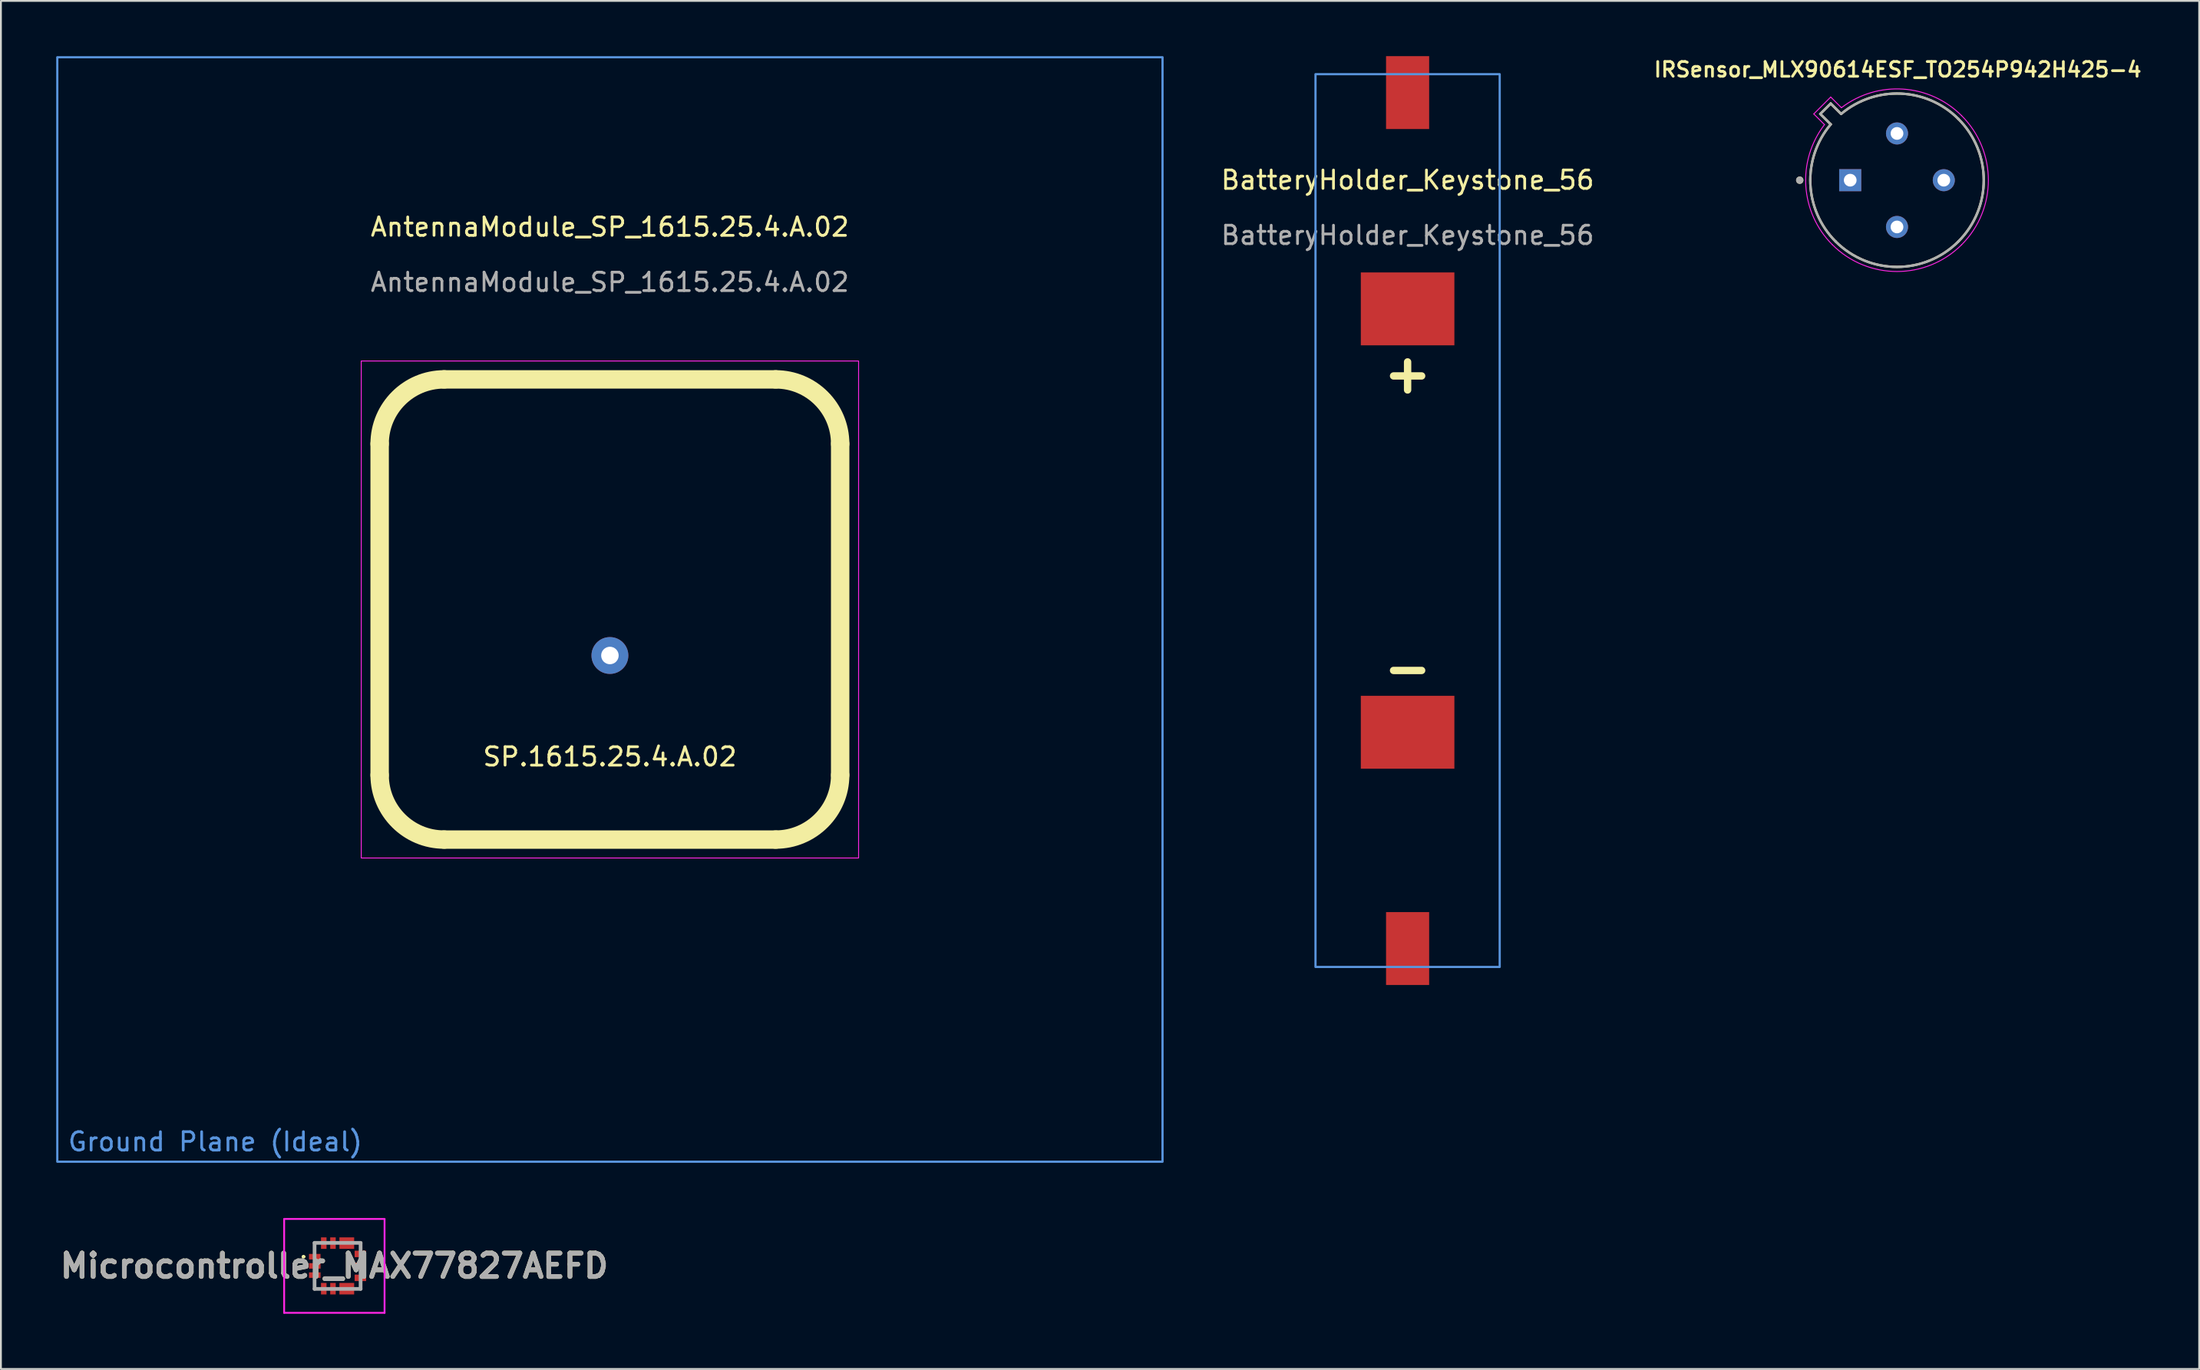
<source format=kicad_pcb>
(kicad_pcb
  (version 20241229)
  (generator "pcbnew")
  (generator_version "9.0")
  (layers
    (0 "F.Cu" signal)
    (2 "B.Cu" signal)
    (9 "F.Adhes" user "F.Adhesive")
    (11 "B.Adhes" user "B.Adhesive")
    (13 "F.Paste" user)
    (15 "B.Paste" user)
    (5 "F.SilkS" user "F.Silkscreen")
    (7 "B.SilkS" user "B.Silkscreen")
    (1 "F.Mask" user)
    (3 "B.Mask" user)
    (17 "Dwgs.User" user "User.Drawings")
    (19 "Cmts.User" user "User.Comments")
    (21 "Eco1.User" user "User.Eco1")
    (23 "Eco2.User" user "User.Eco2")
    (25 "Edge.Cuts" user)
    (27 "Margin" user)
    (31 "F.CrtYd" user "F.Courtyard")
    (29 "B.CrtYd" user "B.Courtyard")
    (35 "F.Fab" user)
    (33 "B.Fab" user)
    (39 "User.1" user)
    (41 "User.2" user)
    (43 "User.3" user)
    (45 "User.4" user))
  (footprint "BatteryHolder_Keystone_56"
    (layer "F.Cu")
    (at 73.364 13.73)
    (property "Reference" "BatteryHolder_Keystone_56" (at 0 -7 0) (unlocked yes) (layer "F.SilkS") (effects (font (size 1 1) (thickness 0.15))))
    (attr smd)
    (fp_rect (start -5 -12.75) (end 5 35.75) (stroke (width 0.12) (type default)) (fill no) (layer "Cmts.User"))
    (fp_text user "+" (at 0 3.5 0) (unlocked yes) (layer "F.SilkS") (effects (font (size 2 2) (thickness 0.4) (bold yes))))
    (fp_text user "-" (at 0 19.5 0) (unlocked yes) (layer "F.SilkS") (effects (font (size 2 2) (thickness 0.4) (bold yes))))
    (fp_text user "${REFERENCE}" (at 0 -4 0) (unlocked yes) (layer "F.Fab") (effects (font (size 1 1) (thickness 0.15))))
    (pad "1" smd rect (at 0 -11.75) (size 2.34 3.96) (layers "F.Cu" "F.Mask" "F.Paste"))
    (pad "1" smd rect (at 0 0) (size 5.08 3.96) (layers "F.Cu" "F.Mask" "F.Paste"))
    (pad "2" smd rect (at 0 23 180) (size 5.08 3.96) (layers "F.Cu" "F.Mask" "F.Paste"))
    (pad "2" smd rect (at 0 34.75 180) (size 2.34 3.96) (layers "F.Cu" "F.Mask" "F.Paste")))
  (footprint "AntennaModule_SP_1615.25.4.A.02"
    (layer "F.Cu")
    (at 30.06 30.06)
    (property "Reference" "AntennaModule_SP_1615.25.4.A.02" (at 0 -20.78 0) (unlocked yes) (layer "F.SilkS") (effects (font (size 1 1) (thickness 0.15))))
    (attr through_hole)
    (fp_line (start -12.5 -9) (end -12.5 9) (stroke (width 1) (type default)) (layer "F.SilkS"))
    (fp_line (start -9 12.5) (end 9 12.5) (stroke (width 1) (type default)) (layer "F.SilkS"))
    (fp_line (start 9 -12.5) (end -9 -12.5) (stroke (width 1) (type default)) (layer "F.SilkS"))
    (fp_line (start 12.5 9) (end 12.5 -9) (stroke (width 1) (type default)) (layer "F.SilkS"))
    (fp_arc (start -12.5 -9) (mid -11.474874 -11.474873) (end -9 -12.499998) (stroke (width 1) (type default)) (layer "F.SilkS"))
    (fp_arc (start -9 12.5) (mid -11.474874 11.474873) (end -12.5 8.999998) (stroke (width 1) (type default)) (layer "F.SilkS"))
    (fp_arc (start 9 -12.5) (mid 11.474874 -11.474874) (end 12.5 -9) (stroke (width 1) (type default)) (layer "F.SilkS"))
    (fp_arc (start 12.5 9) (mid 11.474873 11.474874) (end 8.999998 12.5) (stroke (width 1) (type default)) (layer "F.SilkS"))
    (fp_rect (start -30 -30) (end 30 30) (stroke (width 0.12) (type default)) (fill no) (layer "Cmts.User"))
    (fp_rect (start -13.5 -13.5) (end 13.5 13.5) (stroke (width 0.05) (type default)) (fill no) (layer "F.CrtYd"))
    (fp_text user "SP.1615.25.4.A.02" (at 0 8 0) (unlocked yes) (layer "F.SilkS") (effects (font (size 1 1) (thickness 0.15))))
    (fp_text user "Ground Plane (Ideal)" (at -29.5 29.5 0) (unlocked yes) (layer "Cmts.User") (effects (font (size 1 1) (thickness 0.15)) (justify left bottom)))
    (fp_text user "${REFERENCE}" (at 0 -17.78 0) (unlocked yes) (layer "F.Fab") (effects (font (size 1 1) (thickness 0.15))))
    (pad "1" thru_hole circle (at 0 2.5) (size 2 2) (drill 0.95) (layers "*.Cu" "*.Mask")))
  (footprint "IRSensor_MLX90614ESF_TO254P942H425-4"
    (layer "F.Cu")
    (at 99.932 6.739)
    (property "Reference" "IRSensor_MLX90614ESF_TO254P942H425-4" (at 0.04 -6.008 0) (layer "F.SilkS") (effects (font (size 0.8 0.8) (thickness 0.15))))
    (attr through_hole)
    (fp_line (start -4.165 -3.599) (end -3.599 -3.033) (stroke (width 0.127) (type solid)) (layer "F.SilkS"))
    (fp_line (start -3.599 -4.165) (end -4.165 -3.599) (stroke (width 0.127) (type solid)) (layer "F.SilkS"))
    (fp_line (start -3.033 -3.599) (end -3.599 -4.165) (stroke (width 0.127) (type solid)) (layer "F.SilkS"))
    (fp_arc (start -3.33047 3.33047) (mid -4.703039 0.20077) (end -3.599169 -3.03349) (stroke (width 0.127) (type solid)) (layer "F.SilkS"))
    (fp_arc (start -3.03349 -3.59917) (mid 0.200776 -4.703171) (end 3.33047 -3.330471) (stroke (width 0.127) (type solid)) (layer "F.SilkS"))
    (fp_arc (start 3.33047 -3.33047) (mid 4.709996 0) (end 3.33047 3.33047) (stroke (width 0.127) (type solid)) (layer "F.SilkS"))
    (fp_arc (start 3.33047 3.33047) (mid 0 4.709996) (end -3.33047 3.33047) (stroke (width 0.127) (type solid)) (layer "F.SilkS"))
    (fp_circle (center -5.28 0) (end -5.18 0) (stroke (width 0.2) (type solid)) (fill no) (layer "F.SilkS"))
    (fp_line (start -4.518 -3.599) (end -3.937 -3.018) (stroke (width 0.05) (type solid)) (layer "F.CrtYd"))
    (fp_line (start -3.599 -4.518) (end -4.518 -3.599) (stroke (width 0.05) (type solid)) (layer "F.CrtYd"))
    (fp_line (start -3.018 -3.937) (end -3.599 -4.518) (stroke (width 0.05) (type solid)) (layer "F.CrtYd"))
    (fp_arc (start -3.50725 3.50725) (mid -4.948366 0.325447) (end -3.937169 -3.01793) (stroke (width 0.05) (type solid)) (layer "F.CrtYd"))
    (fp_arc (start -3.01793 -3.93717) (mid 0.325445 -4.948339) (end 3.507249 -3.50725) (stroke (width 0.05) (type solid)) (layer "F.CrtYd"))
    (fp_arc (start 3.50725 -3.50725) (mid 4.960001 0) (end 3.50725 3.50725) (stroke (width 0.05) (type solid)) (layer "F.CrtYd"))
    (fp_arc (start 3.50725 3.50725) (mid 0 4.960001) (end -3.50725 3.50725) (stroke (width 0.05) (type solid)) (layer "F.CrtYd"))
    (fp_line (start -4.165 -3.599) (end -3.599 -3.033) (stroke (width 0.127) (type solid)) (layer "F.Fab"))
    (fp_line (start -3.599 -4.165) (end -4.165 -3.599) (stroke (width 0.127) (type solid)) (layer "F.Fab"))
    (fp_line (start -3.033 -3.599) (end -3.599 -4.165) (stroke (width 0.127) (type solid)) (layer "F.Fab"))
    (fp_arc (start -3.33047 3.33047) (mid -4.703039 0.20077) (end -3.599169 -3.03349) (stroke (width 0.127) (type solid)) (layer "F.Fab"))
    (fp_arc (start -3.03349 -3.59917) (mid 0.200776 -4.703171) (end 3.33047 -3.330471) (stroke (width 0.127) (type solid)) (layer "F.Fab"))
    (fp_arc (start 3.33047 -3.33047) (mid 4.709996 0) (end 3.33047 3.33047) (stroke (width 0.127) (type solid)) (layer "F.Fab"))
    (fp_arc (start 3.33047 3.33047) (mid 0 4.709996) (end -3.33047 3.33047) (stroke (width 0.127) (type solid)) (layer "F.Fab"))
    (fp_circle (center -5.28 0) (end -5.18 0) (stroke (width 0.2) (type solid)) (fill no) (layer "F.Fab"))
    (pad "1" thru_hole rect (at -2.54 0) (size 1.198 1.198) (drill 0.69) (layers "*.Cu" "*.Mask"))
    (pad "2" thru_hole circle (at 0 2.54) (size 1.198 1.198) (drill 0.69) (layers "*.Cu" "*.Mask"))
    (pad "3" thru_hole circle (at 2.54 0) (size 1.198 1.198) (drill 0.69) (layers "*.Cu" "*.Mask"))
    (pad "4" thru_hole circle (at 0 -2.54) (size 1.198 1.198) (drill 0.69) (layers "*.Cu" "*.Mask")))
  (footprint "Microcontroller_MAX77827AEFD"
    (layer "F.Cu")
    (at 15.276 65.72)
    (property "Reference" "Microcontroller_MAX77827AEFD" (at -0.175 0 0) (layer "F.SilkS") (effects (font (size 1.27 1.27) (thickness 0.254))))
    (attr smd)
    (fp_line (start -1.9 -0.5) (end -1.9 -0.5) (stroke (width 0.1) (type solid)) (layer "F.SilkS"))
    (fp_line (start -1.8 -0.5) (end -1.8 -0.5) (stroke (width 0.1) (type solid)) (layer "F.SilkS"))
    (fp_arc (start -1.9 -0.5) (mid -1.85 -0.55) (end -1.8 -0.5) (stroke (width 0.1) (type solid)) (layer "F.SilkS"))
    (fp_arc (start -1.8 -0.5) (mid -1.85 -0.45) (end -1.9 -0.5) (stroke (width 0.1) (type solid)) (layer "F.SilkS"))
    (fp_line (start -2.9 -2.55) (end 2.55 -2.55) (stroke (width 0.1) (type solid)) (layer "F.CrtYd"))
    (fp_line (start -2.9 2.55) (end -2.9 -2.55) (stroke (width 0.1) (type solid)) (layer "F.CrtYd"))
    (fp_line (start 2.55 -2.55) (end 2.55 2.55) (stroke (width 0.1) (type solid)) (layer "F.CrtYd"))
    (fp_line (start 2.55 2.55) (end -2.9 2.55) (stroke (width 0.1) (type solid)) (layer "F.CrtYd"))
    (fp_line (start -1.25 -1.25) (end 1.25 -1.25) (stroke (width 0.2) (type solid)) (layer "F.Fab"))
    (fp_line (start -1.25 1.25) (end -1.25 -1.25) (stroke (width 0.2) (type solid)) (layer "F.Fab"))
    (fp_line (start 1.25 -1.25) (end 1.25 1.25) (stroke (width 0.2) (type solid)) (layer "F.Fab"))
    (fp_line (start 1.25 1.25) (end -1.25 1.25) (stroke (width 0.2) (type solid)) (layer "F.Fab"))
    (fp_text user "${REFERENCE}" (at -0.175 0 0) (layer "F.Fab") (effects (font (size 1.27 1.27) (thickness 0.254))))
    (pad "1" smd rect (at -1.238 -0.5 90) (size 0.3 0.625) (layers "F.Cu" "F.Mask" "F.Paste"))
    (pad "2" smd rect (at -1.238 0 90) (size 0.3 0.625) (layers "F.Cu" "F.Mask" "F.Paste"))
    (pad "3" smd rect (at -1.238 0.5 90) (size 0.3 0.625) (layers "F.Cu" "F.Mask" "F.Paste"))
    (pad "4" smd rect (at -0.75 1.238) (size 0.3 0.625) (layers "F.Cu" "F.Mask" "F.Paste"))
    (pad "5" smd rect (at -0.25 1.238) (size 0.3 0.625) (layers "F.Cu" "F.Mask" "F.Paste"))
    (pad "7" smd rect (at 0.5 1.238 90) (size 0.625 0.8) (layers "F.Cu" "F.Mask" "F.Paste"))
    (pad "8" smd rect (at 1.238 0.65 90) (size 0.35 0.625) (layers "F.Cu" "F.Mask" "F.Paste"))
    (pad "9" smd rect (at 1.238 0 90) (size 0.35 0.625) (layers "F.Cu" "F.Mask" "F.Paste"))
    (pad "10" smd rect (at 1.238 -0.65 90) (size 0.35 0.625) (layers "F.Cu" "F.Mask" "F.Paste"))
    (pad "12" smd rect (at 0.5 -1.237 90) (size 0.625 0.8) (layers "F.Cu" "F.Mask" "F.Paste"))
    (pad "13" smd rect (at -0.25 -1.237) (size 0.3 0.625) (layers "F.Cu" "F.Mask" "F.Paste"))
    (pad "14" smd rect (at -0.75 -1.237) (size 0.3 0.625) (layers "F.Cu" "F.Mask" "F.Paste")))
  (gr_rect
    (start -3 -3)
    (end 116.336 71.32)
    (stroke (width 0.1) (type default))
    (fill no)
    (layer "Edge.Cuts")))
</source>
